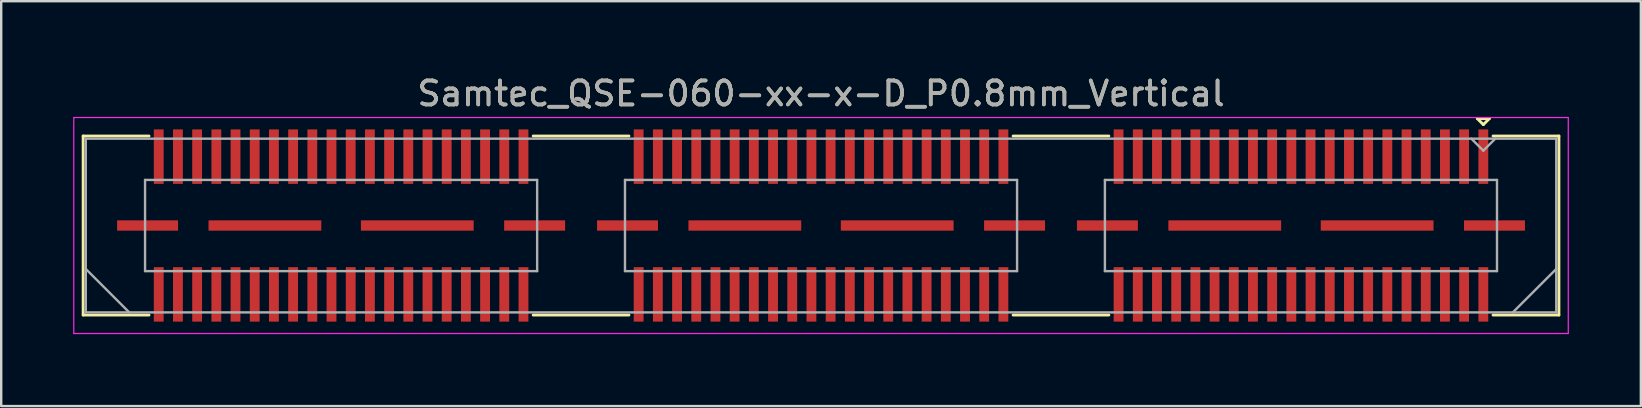
<source format=kicad_pcb>
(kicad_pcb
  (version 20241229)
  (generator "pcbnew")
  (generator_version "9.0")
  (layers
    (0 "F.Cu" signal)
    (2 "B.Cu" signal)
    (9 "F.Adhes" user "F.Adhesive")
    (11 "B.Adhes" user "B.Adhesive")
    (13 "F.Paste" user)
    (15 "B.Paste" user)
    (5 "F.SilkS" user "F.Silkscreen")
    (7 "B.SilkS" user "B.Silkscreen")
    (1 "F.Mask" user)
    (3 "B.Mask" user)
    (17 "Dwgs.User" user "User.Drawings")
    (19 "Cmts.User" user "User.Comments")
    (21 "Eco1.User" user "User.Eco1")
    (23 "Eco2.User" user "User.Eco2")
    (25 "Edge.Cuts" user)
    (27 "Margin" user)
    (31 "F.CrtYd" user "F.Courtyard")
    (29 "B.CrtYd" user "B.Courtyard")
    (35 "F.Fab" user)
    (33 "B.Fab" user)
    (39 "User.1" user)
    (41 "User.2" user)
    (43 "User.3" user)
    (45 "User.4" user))
  (footprint "Samtec_QSE-060-xx-x-D_P0.8mm_Vertical"
    (layer "F.Cu")
    (at 31.165 6.348)
    (property "Reference" "Samtec_QSE-060-xx-x-D_P0.8mm_Vertical" (at 0 -5.5 0) (layer "F.SilkS") (effects (font (size 1 1) (thickness 0.15))))
    (attr smd)
    (fp_line (start -30.75 -3.73) (end -28.005 -3.73) (stroke (width 0.12) (type solid)) (layer "F.SilkS"))
    (fp_line (start -30.75 3.73) (end -30.75 -3.73) (stroke (width 0.12) (type solid)) (layer "F.SilkS"))
    (fp_line (start -28.005 3.73) (end -30.75 3.73) (stroke (width 0.12) (type solid)) (layer "F.SilkS"))
    (fp_line (start -8.005 -3.73) (end -11.995 -3.73) (stroke (width 0.12) (type solid)) (layer "F.SilkS"))
    (fp_line (start -8.005 3.73) (end -11.995 3.73) (stroke (width 0.12) (type solid)) (layer "F.SilkS"))
    (fp_line (start 11.995 -3.73) (end 8.005 -3.73) (stroke (width 0.12) (type solid)) (layer "F.SilkS"))
    (fp_line (start 11.995 3.73) (end 8.005 3.73) (stroke (width 0.12) (type solid)) (layer "F.SilkS"))
    (fp_line (start 27.35 -4.455) (end 27.85 -4.455) (stroke (width 0.12) (type solid)) (layer "F.SilkS"))
    (fp_line (start 27.6 -4.205) (end 27.35 -4.455) (stroke (width 0.12) (type solid)) (layer "F.SilkS"))
    (fp_line (start 27.85 -4.455) (end 27.6 -4.205) (stroke (width 0.12) (type solid)) (layer "F.SilkS"))
    (fp_line (start 28.005 3.73) (end 30.75 3.73) (stroke (width 0.12) (type solid)) (layer "F.SilkS"))
    (fp_line (start 30.75 -3.73) (end 28.005 -3.73) (stroke (width 0.12) (type solid)) (layer "F.SilkS"))
    (fp_line (start 30.75 3.73) (end 30.75 -3.73) (stroke (width 0.12) (type solid)) (layer "F.SilkS"))
    (fp_line (start -31.14 -4.5) (end -31.14 4.5) (stroke (width 0.05) (type solid)) (layer "F.CrtYd"))
    (fp_line (start -31.14 4.5) (end 31.14 4.5) (stroke (width 0.05) (type solid)) (layer "F.CrtYd"))
    (fp_line (start 31.14 -4.5) (end -31.14 -4.5) (stroke (width 0.05) (type solid)) (layer "F.CrtYd"))
    (fp_line (start 31.14 4.5) (end 31.14 -4.5) (stroke (width 0.05) (type solid)) (layer "F.CrtYd"))
    (fp_line (start -30.64 -3.62) (end -30.64 3.62) (stroke (width 0.1) (type solid)) (layer "F.Fab"))
    (fp_line (start -30.64 1.81) (end -28.83 3.62) (stroke (width 0.1) (type solid)) (layer "F.Fab"))
    (fp_line (start -30.64 3.62) (end 30.64 3.62) (stroke (width 0.1) (type solid)) (layer "F.Fab"))
    (fp_line (start -28.17 -1.9) (end -28.17 1.9) (stroke (width 0.1) (type solid)) (layer "F.Fab"))
    (fp_line (start -28.17 1.9) (end -11.83 1.9) (stroke (width 0.1) (type solid)) (layer "F.Fab"))
    (fp_line (start -11.83 -1.9) (end -28.17 -1.9) (stroke (width 0.1) (type solid)) (layer "F.Fab"))
    (fp_line (start -11.83 1.9) (end -11.83 -1.9) (stroke (width 0.1) (type solid)) (layer "F.Fab"))
    (fp_line (start -8.17 -1.9) (end -8.17 1.9) (stroke (width 0.1) (type solid)) (layer "F.Fab"))
    (fp_line (start -8.17 1.9) (end 8.17 1.9) (stroke (width 0.1) (type solid)) (layer "F.Fab"))
    (fp_line (start 8.17 -1.9) (end -8.17 -1.9) (stroke (width 0.1) (type solid)) (layer "F.Fab"))
    (fp_line (start 8.17 1.9) (end 8.17 -1.9) (stroke (width 0.1) (type solid)) (layer "F.Fab"))
    (fp_line (start 11.83 -1.9) (end 11.83 1.9) (stroke (width 0.1) (type solid)) (layer "F.Fab"))
    (fp_line (start 11.83 1.9) (end 28.17 1.9) (stroke (width 0.1) (type solid)) (layer "F.Fab"))
    (fp_line (start 27.6 -3.12) (end 27.1 -3.62) (stroke (width 0.1) (type solid)) (layer "F.Fab"))
    (fp_line (start 28.1 -3.62) (end 27.6 -3.12) (stroke (width 0.1) (type solid)) (layer "F.Fab"))
    (fp_line (start 28.17 -1.9) (end 11.83 -1.9) (stroke (width 0.1) (type solid)) (layer "F.Fab"))
    (fp_line (start 28.17 1.9) (end 28.17 -1.9) (stroke (width 0.1) (type solid)) (layer "F.Fab"))
    (fp_line (start 30.64 -3.62) (end -30.64 -3.62) (stroke (width 0.1) (type solid)) (layer "F.Fab"))
    (fp_line (start 30.64 1.81) (end 28.83 3.62) (stroke (width 0.1) (type solid)) (layer "F.Fab"))
    (fp_line (start 30.64 3.62) (end 30.64 -3.62) (stroke (width 0.1) (type solid)) (layer "F.Fab"))
    (fp_text user "${REFERENCE}" (at 0 -5.5 0) (layer "F.Fab") (effects (font (size 1 1) (thickness 0.15))))
    (pad "1" smd rect (at 27.6 -2.87) (size 0.41 2.27) (layers "F.Cu" "F.Mask" "F.Paste"))
    (pad "2" smd rect (at 27.6 2.87) (size 0.41 2.27) (layers "F.Cu" "F.Mask" "F.Paste"))
    (pad "3" smd rect (at 26.8 -2.87) (size 0.41 2.27) (layers "F.Cu" "F.Mask" "F.Paste"))
    (pad "4" smd rect (at 26.8 2.87) (size 0.41 2.27) (layers "F.Cu" "F.Mask" "F.Paste"))
    (pad "5" smd rect (at 26 -2.87) (size 0.41 2.27) (layers "F.Cu" "F.Mask" "F.Paste"))
    (pad "6" smd rect (at 26 2.87) (size 0.41 2.27) (layers "F.Cu" "F.Mask" "F.Paste"))
    (pad "7" smd rect (at 25.2 -2.87) (size 0.41 2.27) (layers "F.Cu" "F.Mask" "F.Paste"))
    (pad "8" smd rect (at 25.2 2.87) (size 0.41 2.27) (layers "F.Cu" "F.Mask" "F.Paste"))
    (pad "9" smd rect (at 24.4 -2.87) (size 0.41 2.27) (layers "F.Cu" "F.Mask" "F.Paste"))
    (pad "10" smd rect (at 24.4 2.87) (size 0.41 2.27) (layers "F.Cu" "F.Mask" "F.Paste"))
    (pad "11" smd rect (at 23.6 -2.87) (size 0.41 2.27) (layers "F.Cu" "F.Mask" "F.Paste"))
    (pad "12" smd rect (at 23.6 2.87) (size 0.41 2.27) (layers "F.Cu" "F.Mask" "F.Paste"))
    (pad "13" smd rect (at 22.8 -2.87) (size 0.41 2.27) (layers "F.Cu" "F.Mask" "F.Paste"))
    (pad "14" smd rect (at 22.8 2.87) (size 0.41 2.27) (layers "F.Cu" "F.Mask" "F.Paste"))
    (pad "15" smd rect (at 22 -2.87) (size 0.41 2.27) (layers "F.Cu" "F.Mask" "F.Paste"))
    (pad "16" smd rect (at 22 2.87) (size 0.41 2.27) (layers "F.Cu" "F.Mask" "F.Paste"))
    (pad "17" smd rect (at 21.2 -2.87) (size 0.41 2.27) (layers "F.Cu" "F.Mask" "F.Paste"))
    (pad "18" smd rect (at 21.2 2.87) (size 0.41 2.27) (layers "F.Cu" "F.Mask" "F.Paste"))
    (pad "19" smd rect (at 20.4 -2.87) (size 0.41 2.27) (layers "F.Cu" "F.Mask" "F.Paste"))
    (pad "20" smd rect (at 20.4 2.87) (size 0.41 2.27) (layers "F.Cu" "F.Mask" "F.Paste"))
    (pad "21" smd rect (at 19.6 -2.87) (size 0.41 2.27) (layers "F.Cu" "F.Mask" "F.Paste"))
    (pad "22" smd rect (at 19.6 2.87) (size 0.41 2.27) (layers "F.Cu" "F.Mask" "F.Paste"))
    (pad "23" smd rect (at 18.8 -2.87) (size 0.41 2.27) (layers "F.Cu" "F.Mask" "F.Paste"))
    (pad "24" smd rect (at 18.8 2.87) (size 0.41 2.27) (layers "F.Cu" "F.Mask" "F.Paste"))
    (pad "25" smd rect (at 18 -2.87) (size 0.41 2.27) (layers "F.Cu" "F.Mask" "F.Paste"))
    (pad "26" smd rect (at 18 2.87) (size 0.41 2.27) (layers "F.Cu" "F.Mask" "F.Paste"))
    (pad "27" smd rect (at 17.2 -2.87) (size 0.41 2.27) (layers "F.Cu" "F.Mask" "F.Paste"))
    (pad "28" smd rect (at 17.2 2.87) (size 0.41 2.27) (layers "F.Cu" "F.Mask" "F.Paste"))
    (pad "29" smd rect (at 16.4 -2.87) (size 0.41 2.27) (layers "F.Cu" "F.Mask" "F.Paste"))
    (pad "30" smd rect (at 16.4 2.87) (size 0.41 2.27) (layers "F.Cu" "F.Mask" "F.Paste"))
    (pad "31" smd rect (at 15.6 -2.87) (size 0.41 2.27) (layers "F.Cu" "F.Mask" "F.Paste"))
    (pad "32" smd rect (at 15.6 2.87) (size 0.41 2.27) (layers "F.Cu" "F.Mask" "F.Paste"))
    (pad "33" smd rect (at 14.8 -2.87) (size 0.41 2.27) (layers "F.Cu" "F.Mask" "F.Paste"))
    (pad "34" smd rect (at 14.8 2.87) (size 0.41 2.27) (layers "F.Cu" "F.Mask" "F.Paste"))
    (pad "35" smd rect (at 14 -2.87) (size 0.41 2.27) (layers "F.Cu" "F.Mask" "F.Paste"))
    (pad "36" smd rect (at 14 2.87) (size 0.41 2.27) (layers "F.Cu" "F.Mask" "F.Paste"))
    (pad "37" smd rect (at 13.2 -2.87) (size 0.41 2.27) (layers "F.Cu" "F.Mask" "F.Paste"))
    (pad "38" smd rect (at 13.2 2.87) (size 0.41 2.27) (layers "F.Cu" "F.Mask" "F.Paste"))
    (pad "39" smd rect (at 12.4 -2.87) (size 0.41 2.27) (layers "F.Cu" "F.Mask" "F.Paste"))
    (pad "40" smd rect (at 12.4 2.87) (size 0.41 2.27) (layers "F.Cu" "F.Mask" "F.Paste"))
    (pad "41" smd rect (at 7.6 -2.87) (size 0.41 2.27) (layers "F.Cu" "F.Mask" "F.Paste"))
    (pad "42" smd rect (at 7.6 2.87) (size 0.41 2.27) (layers "F.Cu" "F.Mask" "F.Paste"))
    (pad "43" smd rect (at 6.8 -2.87) (size 0.41 2.27) (layers "F.Cu" "F.Mask" "F.Paste"))
    (pad "44" smd rect (at 6.8 2.87) (size 0.41 2.27) (layers "F.Cu" "F.Mask" "F.Paste"))
    (pad "45" smd rect (at 6 -2.87) (size 0.41 2.27) (layers "F.Cu" "F.Mask" "F.Paste"))
    (pad "46" smd rect (at 6 2.87) (size 0.41 2.27) (layers "F.Cu" "F.Mask" "F.Paste"))
    (pad "47" smd rect (at 5.2 -2.87) (size 0.41 2.27) (layers "F.Cu" "F.Mask" "F.Paste"))
    (pad "48" smd rect (at 5.2 2.87) (size 0.41 2.27) (layers "F.Cu" "F.Mask" "F.Paste"))
    (pad "49" smd rect (at 4.4 -2.87) (size 0.41 2.27) (layers "F.Cu" "F.Mask" "F.Paste"))
    (pad "50" smd rect (at 4.4 2.87) (size 0.41 2.27) (layers "F.Cu" "F.Mask" "F.Paste"))
    (pad "51" smd rect (at 3.6 -2.87) (size 0.41 2.27) (layers "F.Cu" "F.Mask" "F.Paste"))
    (pad "52" smd rect (at 3.6 2.87) (size 0.41 2.27) (layers "F.Cu" "F.Mask" "F.Paste"))
    (pad "53" smd rect (at 2.8 -2.87) (size 0.41 2.27) (layers "F.Cu" "F.Mask" "F.Paste"))
    (pad "54" smd rect (at 2.8 2.87) (size 0.41 2.27) (layers "F.Cu" "F.Mask" "F.Paste"))
    (pad "55" smd rect (at 2 -2.87) (size 0.41 2.27) (layers "F.Cu" "F.Mask" "F.Paste"))
    (pad "56" smd rect (at 2 2.87) (size 0.41 2.27) (layers "F.Cu" "F.Mask" "F.Paste"))
    (pad "57" smd rect (at 1.2 -2.87) (size 0.41 2.27) (layers "F.Cu" "F.Mask" "F.Paste"))
    (pad "58" smd rect (at 1.2 2.87) (size 0.41 2.27) (layers "F.Cu" "F.Mask" "F.Paste"))
    (pad "59" smd rect (at 0.4 -2.87) (size 0.41 2.27) (layers "F.Cu" "F.Mask" "F.Paste"))
    (pad "60" smd rect (at 0.4 2.87) (size 0.41 2.27) (layers "F.Cu" "F.Mask" "F.Paste"))
    (pad "61" smd rect (at -0.4 -2.87) (size 0.41 2.27) (layers "F.Cu" "F.Mask" "F.Paste"))
    (pad "62" smd rect (at -0.4 2.87) (size 0.41 2.27) (layers "F.Cu" "F.Mask" "F.Paste"))
    (pad "63" smd rect (at -1.2 -2.87) (size 0.41 2.27) (layers "F.Cu" "F.Mask" "F.Paste"))
    (pad "64" smd rect (at -1.2 2.87) (size 0.41 2.27) (layers "F.Cu" "F.Mask" "F.Paste"))
    (pad "65" smd rect (at -2 -2.87) (size 0.41 2.27) (layers "F.Cu" "F.Mask" "F.Paste"))
    (pad "66" smd rect (at -2 2.87) (size 0.41 2.27) (layers "F.Cu" "F.Mask" "F.Paste"))
    (pad "67" smd rect (at -2.8 -2.87) (size 0.41 2.27) (layers "F.Cu" "F.Mask" "F.Paste"))
    (pad "68" smd rect (at -2.8 2.87) (size 0.41 2.27) (layers "F.Cu" "F.Mask" "F.Paste"))
    (pad "69" smd rect (at -3.6 -2.87) (size 0.41 2.27) (layers "F.Cu" "F.Mask" "F.Paste"))
    (pad "70" smd rect (at -3.6 2.87) (size 0.41 2.27) (layers "F.Cu" "F.Mask" "F.Paste"))
    (pad "71" smd rect (at -4.4 -2.87) (size 0.41 2.27) (layers "F.Cu" "F.Mask" "F.Paste"))
    (pad "72" smd rect (at -4.4 2.87) (size 0.41 2.27) (layers "F.Cu" "F.Mask" "F.Paste"))
    (pad "73" smd rect (at -5.2 -2.87) (size 0.41 2.27) (layers "F.Cu" "F.Mask" "F.Paste"))
    (pad "74" smd rect (at -5.2 2.87) (size 0.41 2.27) (layers "F.Cu" "F.Mask" "F.Paste"))
    (pad "75" smd rect (at -6 -2.87) (size 0.41 2.27) (layers "F.Cu" "F.Mask" "F.Paste"))
    (pad "76" smd rect (at -6 2.87) (size 0.41 2.27) (layers "F.Cu" "F.Mask" "F.Paste"))
    (pad "77" smd rect (at -6.8 -2.87) (size 0.41 2.27) (layers "F.Cu" "F.Mask" "F.Paste"))
    (pad "78" smd rect (at -6.8 2.87) (size 0.41 2.27) (layers "F.Cu" "F.Mask" "F.Paste"))
    (pad "79" smd rect (at -7.6 -2.87) (size 0.41 2.27) (layers "F.Cu" "F.Mask" "F.Paste"))
    (pad "80" smd rect (at -7.6 2.87) (size 0.41 2.27) (layers "F.Cu" "F.Mask" "F.Paste"))
    (pad "81" smd rect (at -12.4 -2.87) (size 0.41 2.27) (layers "F.Cu" "F.Mask" "F.Paste"))
    (pad "82" smd rect (at -12.4 2.87) (size 0.41 2.27) (layers "F.Cu" "F.Mask" "F.Paste"))
    (pad "83" smd rect (at -13.2 -2.87) (size 0.41 2.27) (layers "F.Cu" "F.Mask" "F.Paste"))
    (pad "84" smd rect (at -13.2 2.87) (size 0.41 2.27) (layers "F.Cu" "F.Mask" "F.Paste"))
    (pad "85" smd rect (at -14 -2.87) (size 0.41 2.27) (layers "F.Cu" "F.Mask" "F.Paste"))
    (pad "86" smd rect (at -14 2.87) (size 0.41 2.27) (layers "F.Cu" "F.Mask" "F.Paste"))
    (pad "87" smd rect (at -14.8 -2.87) (size 0.41 2.27) (layers "F.Cu" "F.Mask" "F.Paste"))
    (pad "88" smd rect (at -14.8 2.87) (size 0.41 2.27) (layers "F.Cu" "F.Mask" "F.Paste"))
    (pad "89" smd rect (at -15.6 -2.87) (size 0.41 2.27) (layers "F.Cu" "F.Mask" "F.Paste"))
    (pad "90" smd rect (at -15.6 2.87) (size 0.41 2.27) (layers "F.Cu" "F.Mask" "F.Paste"))
    (pad "91" smd rect (at -16.4 -2.87) (size 0.41 2.27) (layers "F.Cu" "F.Mask" "F.Paste"))
    (pad "92" smd rect (at -16.4 2.87) (size 0.41 2.27) (layers "F.Cu" "F.Mask" "F.Paste"))
    (pad "93" smd rect (at -17.2 -2.87) (size 0.41 2.27) (layers "F.Cu" "F.Mask" "F.Paste"))
    (pad "94" smd rect (at -17.2 2.87) (size 0.41 2.27) (layers "F.Cu" "F.Mask" "F.Paste"))
    (pad "95" smd rect (at -18 -2.87) (size 0.41 2.27) (layers "F.Cu" "F.Mask" "F.Paste"))
    (pad "96" smd rect (at -18 2.87) (size 0.41 2.27) (layers "F.Cu" "F.Mask" "F.Paste"))
    (pad "97" smd rect (at -18.8 -2.87) (size 0.41 2.27) (layers "F.Cu" "F.Mask" "F.Paste"))
    (pad "98" smd rect (at -18.8 2.87) (size 0.41 2.27) (layers "F.Cu" "F.Mask" "F.Paste"))
    (pad "99" smd rect (at -19.6 -2.87) (size 0.41 2.27) (layers "F.Cu" "F.Mask" "F.Paste"))
    (pad "100" smd rect (at -19.6 2.87) (size 0.41 2.27) (layers "F.Cu" "F.Mask" "F.Paste"))
    (pad "101" smd rect (at -20.4 -2.87) (size 0.41 2.27) (layers "F.Cu" "F.Mask" "F.Paste"))
    (pad "102" smd rect (at -20.4 2.87) (size 0.41 2.27) (layers "F.Cu" "F.Mask" "F.Paste"))
    (pad "103" smd rect (at -21.2 -2.87) (size 0.41 2.27) (layers "F.Cu" "F.Mask" "F.Paste"))
    (pad "104" smd rect (at -21.2 2.87) (size 0.41 2.27) (layers "F.Cu" "F.Mask" "F.Paste"))
    (pad "105" smd rect (at -22 -2.87) (size 0.41 2.27) (layers "F.Cu" "F.Mask" "F.Paste"))
    (pad "106" smd rect (at -22 2.87) (size 0.41 2.27) (layers "F.Cu" "F.Mask" "F.Paste"))
    (pad "107" smd rect (at -22.8 -2.87) (size 0.41 2.27) (layers "F.Cu" "F.Mask" "F.Paste"))
    (pad "108" smd rect (at -22.8 2.87) (size 0.41 2.27) (layers "F.Cu" "F.Mask" "F.Paste"))
    (pad "109" smd rect (at -23.6 -2.87) (size 0.41 2.27) (layers "F.Cu" "F.Mask" "F.Paste"))
    (pad "110" smd rect (at -23.6 2.87) (size 0.41 2.27) (layers "F.Cu" "F.Mask" "F.Paste"))
    (pad "111" smd rect (at -24.4 -2.87) (size 0.41 2.27) (layers "F.Cu" "F.Mask" "F.Paste"))
    (pad "112" smd rect (at -24.4 2.87) (size 0.41 2.27) (layers "F.Cu" "F.Mask" "F.Paste"))
    (pad "113" smd rect (at -25.2 -2.87) (size 0.41 2.27) (layers "F.Cu" "F.Mask" "F.Paste"))
    (pad "114" smd rect (at -25.2 2.87) (size 0.41 2.27) (layers "F.Cu" "F.Mask" "F.Paste"))
    (pad "115" smd rect (at -26 -2.87) (size 0.41 2.27) (layers "F.Cu" "F.Mask" "F.Paste"))
    (pad "116" smd rect (at -26 2.87) (size 0.41 2.27) (layers "F.Cu" "F.Mask" "F.Paste"))
    (pad "117" smd rect (at -26.8 -2.87) (size 0.41 2.27) (layers "F.Cu" "F.Mask" "F.Paste"))
    (pad "118" smd rect (at -26.8 2.87) (size 0.41 2.27) (layers "F.Cu" "F.Mask" "F.Paste"))
    (pad "119" smd rect (at -27.6 -2.87) (size 0.41 2.27) (layers "F.Cu" "F.Mask" "F.Paste"))
    (pad "120" smd rect (at -27.6 2.87) (size 0.41 2.27) (layers "F.Cu" "F.Mask" "F.Paste"))
    (pad "P1" smd rect (at 11.935 0) (size 2.54 0.43) (layers "F.Cu" "F.Mask" "F.Paste"))
    (pad "P1" smd rect (at 16.825 0) (size 4.7 0.43) (layers "F.Cu" "F.Mask" "F.Paste"))
    (pad "P1" smd rect (at 23.175 0) (size 4.7 0.43) (layers "F.Cu" "F.Mask" "F.Paste"))
    (pad "P1" smd rect (at 28.065 0) (size 2.54 0.43) (layers "F.Cu" "F.Mask" "F.Paste"))
    (pad "P2" smd rect (at -8.065 0) (size 2.54 0.43) (layers "F.Cu" "F.Mask" "F.Paste"))
    (pad "P2" smd rect (at -3.175 0) (size 4.7 0.43) (layers "F.Cu" "F.Mask" "F.Paste"))
    (pad "P2" smd rect (at 3.175 0) (size 4.7 0.43) (layers "F.Cu" "F.Mask" "F.Paste"))
    (pad "P2" smd rect (at 8.065 0) (size 2.54 0.43) (layers "F.Cu" "F.Mask" "F.Paste"))
    (pad "P3" smd rect (at -28.065 0) (size 2.54 0.43) (layers "F.Cu" "F.Mask" "F.Paste"))
    (pad "P3" smd rect (at -23.175 0) (size 4.7 0.43) (layers "F.Cu" "F.Mask" "F.Paste"))
    (pad "P3" smd rect (at -16.825 0) (size 4.7 0.43) (layers "F.Cu" "F.Mask" "F.Paste"))
    (pad "P3" smd rect (at -11.935 0) (size 2.54 0.43) (layers "F.Cu" "F.Mask" "F.Paste")))
  (gr_rect
    (start -3 -3)
    (end 65.33 13.873)
    (stroke (width 0.1) (type default))
    (fill no)
    (layer "Edge.Cuts")))
</source>
